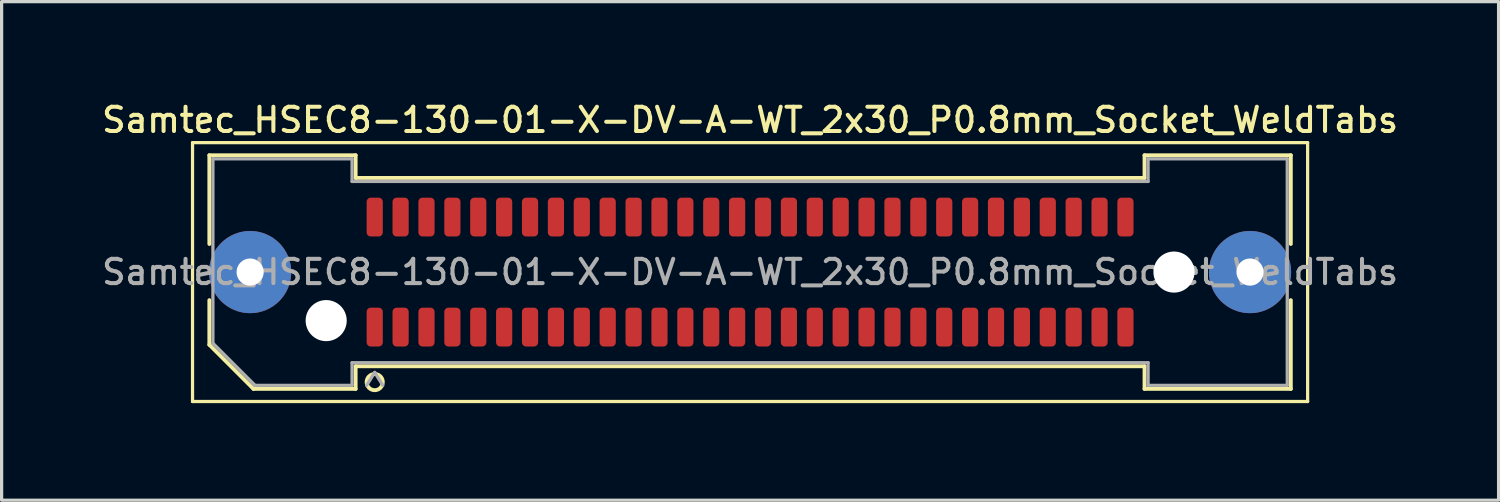
<source format=kicad_pcb>
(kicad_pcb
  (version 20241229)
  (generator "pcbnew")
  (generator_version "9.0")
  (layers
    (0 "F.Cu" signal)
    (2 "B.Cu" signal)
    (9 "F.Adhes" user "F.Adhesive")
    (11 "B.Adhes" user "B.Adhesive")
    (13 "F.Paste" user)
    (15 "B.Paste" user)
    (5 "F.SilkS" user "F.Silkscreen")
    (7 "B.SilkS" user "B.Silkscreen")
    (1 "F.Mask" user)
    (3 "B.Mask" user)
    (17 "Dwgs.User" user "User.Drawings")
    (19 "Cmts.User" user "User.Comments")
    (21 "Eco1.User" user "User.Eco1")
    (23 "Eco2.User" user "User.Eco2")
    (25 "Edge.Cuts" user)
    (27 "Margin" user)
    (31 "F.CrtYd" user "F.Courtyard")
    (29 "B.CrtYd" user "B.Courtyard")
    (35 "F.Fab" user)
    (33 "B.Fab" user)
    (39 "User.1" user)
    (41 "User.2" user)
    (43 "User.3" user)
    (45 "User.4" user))
  (footprint "Samtec_HSEC8-130-01-X-DV-A-WT_2x30_P0.8mm_Socket_WeldTabs"
    (layer "F.Cu")
    (at 20.13 5.358)
    (property "Reference" "Samtec_HSEC8-130-01-X-DV-A-WT_2x30_P0.8mm_Socket_WeldTabs" (at 0 -4.7 0) (layer "F.SilkS") (effects (font (size 0.75 0.75) (thickness 0.125))))
    (attr smd)
    (fp_line (start -17.23 -4) (end -17.23 4) (stroke (width 0.1) (type solid)) (layer "F.SilkS"))
    (fp_line (start -17.23 4) (end 17.23 4) (stroke (width 0.1) (type solid)) (layer "F.SilkS"))
    (fp_line (start -16.71 -3.61) (end -12.19 -3.61) (stroke (width 0.12) (type solid)) (layer "F.SilkS"))
    (fp_line (start -16.71 -0.868) (end -16.71 -3.61) (stroke (width 0.12) (type solid)) (layer "F.SilkS"))
    (fp_line (start -16.71 2.246) (end -16.71 0.868) (stroke (width 0.12) (type solid)) (layer "F.SilkS"))
    (fp_line (start -15.346 3.61) (end -16.71 2.246) (stroke (width 0.12) (type solid)) (layer "F.SilkS"))
    (fp_line (start -12.19 -3.61) (end -12.19 -2.91) (stroke (width 0.12) (type solid)) (layer "F.SilkS"))
    (fp_line (start -12.19 -2.91) (end 12.19 -2.91) (stroke (width 0.12) (type solid)) (layer "F.SilkS"))
    (fp_line (start -12.19 2.91) (end -12.19 3.61) (stroke (width 0.12) (type solid)) (layer "F.SilkS"))
    (fp_line (start -12.19 3.61) (end -15.346 3.61) (stroke (width 0.12) (type solid)) (layer "F.SilkS"))
    (fp_line (start 12.19 -3.61) (end 16.71 -3.61) (stroke (width 0.12) (type solid)) (layer "F.SilkS"))
    (fp_line (start 12.19 -2.91) (end 12.19 -3.61) (stroke (width 0.12) (type solid)) (layer "F.SilkS"))
    (fp_line (start 12.19 2.91) (end -12.19 2.91) (stroke (width 0.12) (type solid)) (layer "F.SilkS"))
    (fp_line (start 12.19 3.61) (end 12.19 2.91) (stroke (width 0.12) (type solid)) (layer "F.SilkS"))
    (fp_line (start 16.71 -3.61) (end 16.71 -0.868) (stroke (width 0.12) (type solid)) (layer "F.SilkS"))
    (fp_line (start 16.71 0.868) (end 16.71 3.61) (stroke (width 0.12) (type solid)) (layer "F.SilkS"))
    (fp_line (start 16.71 3.61) (end 12.19 3.61) (stroke (width 0.12) (type solid)) (layer "F.SilkS"))
    (fp_line (start 17.23 -4) (end -17.23 -4) (stroke (width 0.1) (type solid)) (layer "F.SilkS"))
    (fp_line (start 17.23 4) (end 17.23 -4) (stroke (width 0.1) (type solid)) (layer "F.SilkS"))
    (fp_arc (start -11.35 3.4) (mid -11.85 3.4) (end -11.35 3.4) (stroke (width 0.12) (type solid)) (layer "F.SilkS"))
    (fp_line (start -16.6 -3.5) (end -12.3 -3.5) (stroke (width 0.1) (type solid)) (layer "F.Fab"))
    (fp_line (start -16.6 2.2) (end -16.6 -3.5) (stroke (width 0.1) (type solid)) (layer "F.Fab"))
    (fp_line (start -15.3 3.5) (end -16.6 2.2) (stroke (width 0.1) (type solid)) (layer "F.Fab"))
    (fp_line (start -12.3 -3.5) (end -12.3 -2.8) (stroke (width 0.1) (type solid)) (layer "F.Fab"))
    (fp_line (start -12.3 -2.8) (end 12.3 -2.8) (stroke (width 0.1) (type solid)) (layer "F.Fab"))
    (fp_line (start -12.3 2.8) (end -12.3 3.5) (stroke (width 0.1) (type solid)) (layer "F.Fab"))
    (fp_line (start -12.3 3.5) (end -15.3 3.5) (stroke (width 0.1) (type solid)) (layer "F.Fab"))
    (fp_line (start -11.6 3.1) (end -11.85 3.5) (stroke (width 0.1) (type solid)) (layer "F.Fab"))
    (fp_line (start -11.6 3.1) (end -11.35 3.5) (stroke (width 0.1) (type solid)) (layer "F.Fab"))
    (fp_line (start 12.3 -3.5) (end 16.6 -3.5) (stroke (width 0.1) (type solid)) (layer "F.Fab"))
    (fp_line (start 12.3 -2.8) (end 12.3 -3.5) (stroke (width 0.1) (type solid)) (layer "F.Fab"))
    (fp_line (start 12.3 2.8) (end -12.3 2.8) (stroke (width 0.1) (type solid)) (layer "F.Fab"))
    (fp_line (start 12.3 3.5) (end 12.3 2.8) (stroke (width 0.1) (type solid)) (layer "F.Fab"))
    (fp_line (start 16.6 -3.5) (end 16.6 3.5) (stroke (width 0.1) (type solid)) (layer "F.Fab"))
    (fp_line (start 16.6 3.5) (end 12.3 3.5) (stroke (width 0.1) (type solid)) (layer "F.Fab"))
    (fp_text user "${REFERENCE}" (at 0 0 0) (layer "F.Fab") (effects (font (size 0.75 0.75) (thickness 0.125))))
    (pad "" thru_hole circle (at -15.45 0) (size 2.54 2.54) (drill 0.84) (layers "*.Cu" "*.Mask" "F.Paste"))
    (pad "" np_thru_hole circle (at -13.1 1.5) (size 1.27 1.27) (drill 1.27) (layers "*.Cu" "*.Mask"))
    (pad "" np_thru_hole circle (at 13.1 0) (size 1.27 1.27) (drill 1.27) (layers "*.Cu" "*.Mask"))
    (pad "" thru_hole circle (at 15.45 0) (size 2.54 2.54) (drill 0.84) (layers "*.Cu" "*.Mask" "F.Paste"))
    (pad "1" smd roundrect (at -11.6 1.7) (size 0.5 1.2) (layers "F.Cu" "F.Mask" "F.Paste") (roundrect_rratio 0.25))
    (pad "2" smd roundrect (at -11.6 -1.7) (size 0.5 1.2) (layers "F.Cu" "F.Mask" "F.Paste") (roundrect_rratio 0.25))
    (pad "3" smd roundrect (at -10.8 1.7) (size 0.5 1.2) (layers "F.Cu" "F.Mask" "F.Paste") (roundrect_rratio 0.25))
    (pad "4" smd roundrect (at -10.8 -1.7) (size 0.5 1.2) (layers "F.Cu" "F.Mask" "F.Paste") (roundrect_rratio 0.25))
    (pad "5" smd roundrect (at -10 1.7) (size 0.5 1.2) (layers "F.Cu" "F.Mask" "F.Paste") (roundrect_rratio 0.25))
    (pad "6" smd roundrect (at -10 -1.7) (size 0.5 1.2) (layers "F.Cu" "F.Mask" "F.Paste") (roundrect_rratio 0.25))
    (pad "7" smd roundrect (at -9.2 1.7) (size 0.5 1.2) (layers "F.Cu" "F.Mask" "F.Paste") (roundrect_rratio 0.25))
    (pad "8" smd roundrect (at -9.2 -1.7) (size 0.5 1.2) (layers "F.Cu" "F.Mask" "F.Paste") (roundrect_rratio 0.25))
    (pad "9" smd roundrect (at -8.4 1.7) (size 0.5 1.2) (layers "F.Cu" "F.Mask" "F.Paste") (roundrect_rratio 0.25))
    (pad "10" smd roundrect (at -8.4 -1.7) (size 0.5 1.2) (layers "F.Cu" "F.Mask" "F.Paste") (roundrect_rratio 0.25))
    (pad "11" smd roundrect (at -7.6 1.7) (size 0.5 1.2) (layers "F.Cu" "F.Mask" "F.Paste") (roundrect_rratio 0.25))
    (pad "12" smd roundrect (at -7.6 -1.7) (size 0.5 1.2) (layers "F.Cu" "F.Mask" "F.Paste") (roundrect_rratio 0.25))
    (pad "13" smd roundrect (at -6.8 1.7) (size 0.5 1.2) (layers "F.Cu" "F.Mask" "F.Paste") (roundrect_rratio 0.25))
    (pad "14" smd roundrect (at -6.8 -1.7) (size 0.5 1.2) (layers "F.Cu" "F.Mask" "F.Paste") (roundrect_rratio 0.25))
    (pad "15" smd roundrect (at -6 1.7) (size 0.5 1.2) (layers "F.Cu" "F.Mask" "F.Paste") (roundrect_rratio 0.25))
    (pad "16" smd roundrect (at -6 -1.7) (size 0.5 1.2) (layers "F.Cu" "F.Mask" "F.Paste") (roundrect_rratio 0.25))
    (pad "17" smd roundrect (at -5.2 1.7) (size 0.5 1.2) (layers "F.Cu" "F.Mask" "F.Paste") (roundrect_rratio 0.25))
    (pad "18" smd roundrect (at -5.2 -1.7) (size 0.5 1.2) (layers "F.Cu" "F.Mask" "F.Paste") (roundrect_rratio 0.25))
    (pad "19" smd roundrect (at -4.4 1.7) (size 0.5 1.2) (layers "F.Cu" "F.Mask" "F.Paste") (roundrect_rratio 0.25))
    (pad "20" smd roundrect (at -4.4 -1.7) (size 0.5 1.2) (layers "F.Cu" "F.Mask" "F.Paste") (roundrect_rratio 0.25))
    (pad "21" smd roundrect (at -3.6 1.7) (size 0.5 1.2) (layers "F.Cu" "F.Mask" "F.Paste") (roundrect_rratio 0.25))
    (pad "22" smd roundrect (at -3.6 -1.7) (size 0.5 1.2) (layers "F.Cu" "F.Mask" "F.Paste") (roundrect_rratio 0.25))
    (pad "23" smd roundrect (at -2.8 1.7) (size 0.5 1.2) (layers "F.Cu" "F.Mask" "F.Paste") (roundrect_rratio 0.25))
    (pad "24" smd roundrect (at -2.8 -1.7) (size 0.5 1.2) (layers "F.Cu" "F.Mask" "F.Paste") (roundrect_rratio 0.25))
    (pad "25" smd roundrect (at -2 1.7) (size 0.5 1.2) (layers "F.Cu" "F.Mask" "F.Paste") (roundrect_rratio 0.25))
    (pad "26" smd roundrect (at -2 -1.7) (size 0.5 1.2) (layers "F.Cu" "F.Mask" "F.Paste") (roundrect_rratio 0.25))
    (pad "27" smd roundrect (at -1.2 1.7) (size 0.5 1.2) (layers "F.Cu" "F.Mask" "F.Paste") (roundrect_rratio 0.25))
    (pad "28" smd roundrect (at -1.2 -1.7) (size 0.5 1.2) (layers "F.Cu" "F.Mask" "F.Paste") (roundrect_rratio 0.25))
    (pad "29" smd roundrect (at -0.4 1.7) (size 0.5 1.2) (layers "F.Cu" "F.Mask" "F.Paste") (roundrect_rratio 0.25))
    (pad "30" smd roundrect (at -0.4 -1.7) (size 0.5 1.2) (layers "F.Cu" "F.Mask" "F.Paste") (roundrect_rratio 0.25))
    (pad "31" smd roundrect (at 0.4 1.7) (size 0.5 1.2) (layers "F.Cu" "F.Mask" "F.Paste") (roundrect_rratio 0.25))
    (pad "32" smd roundrect (at 0.4 -1.7) (size 0.5 1.2) (layers "F.Cu" "F.Mask" "F.Paste") (roundrect_rratio 0.25))
    (pad "33" smd roundrect (at 1.2 1.7) (size 0.5 1.2) (layers "F.Cu" "F.Mask" "F.Paste") (roundrect_rratio 0.25))
    (pad "34" smd roundrect (at 1.2 -1.7) (size 0.5 1.2) (layers "F.Cu" "F.Mask" "F.Paste") (roundrect_rratio 0.25))
    (pad "35" smd roundrect (at 2 1.7) (size 0.5 1.2) (layers "F.Cu" "F.Mask" "F.Paste") (roundrect_rratio 0.25))
    (pad "36" smd roundrect (at 2 -1.7) (size 0.5 1.2) (layers "F.Cu" "F.Mask" "F.Paste") (roundrect_rratio 0.25))
    (pad "37" smd roundrect (at 2.8 1.7) (size 0.5 1.2) (layers "F.Cu" "F.Mask" "F.Paste") (roundrect_rratio 0.25))
    (pad "38" smd roundrect (at 2.8 -1.7) (size 0.5 1.2) (layers "F.Cu" "F.Mask" "F.Paste") (roundrect_rratio 0.25))
    (pad "39" smd roundrect (at 3.6 1.7) (size 0.5 1.2) (layers "F.Cu" "F.Mask" "F.Paste") (roundrect_rratio 0.25))
    (pad "40" smd roundrect (at 3.6 -1.7) (size 0.5 1.2) (layers "F.Cu" "F.Mask" "F.Paste") (roundrect_rratio 0.25))
    (pad "41" smd roundrect (at 4.4 1.7) (size 0.5 1.2) (layers "F.Cu" "F.Mask" "F.Paste") (roundrect_rratio 0.25))
    (pad "42" smd roundrect (at 4.4 -1.7) (size 0.5 1.2) (layers "F.Cu" "F.Mask" "F.Paste") (roundrect_rratio 0.25))
    (pad "43" smd roundrect (at 5.2 1.7) (size 0.5 1.2) (layers "F.Cu" "F.Mask" "F.Paste") (roundrect_rratio 0.25))
    (pad "44" smd roundrect (at 5.2 -1.7) (size 0.5 1.2) (layers "F.Cu" "F.Mask" "F.Paste") (roundrect_rratio 0.25))
    (pad "45" smd roundrect (at 6 1.7) (size 0.5 1.2) (layers "F.Cu" "F.Mask" "F.Paste") (roundrect_rratio 0.25))
    (pad "46" smd roundrect (at 6 -1.7) (size 0.5 1.2) (layers "F.Cu" "F.Mask" "F.Paste") (roundrect_rratio 0.25))
    (pad "47" smd roundrect (at 6.8 1.7) (size 0.5 1.2) (layers "F.Cu" "F.Mask" "F.Paste") (roundrect_rratio 0.25))
    (pad "48" smd roundrect (at 6.8 -1.7) (size 0.5 1.2) (layers "F.Cu" "F.Mask" "F.Paste") (roundrect_rratio 0.25))
    (pad "49" smd roundrect (at 7.6 1.7) (size 0.5 1.2) (layers "F.Cu" "F.Mask" "F.Paste") (roundrect_rratio 0.25))
    (pad "50" smd roundrect (at 7.6 -1.7) (size 0.5 1.2) (layers "F.Cu" "F.Mask" "F.Paste") (roundrect_rratio 0.25))
    (pad "51" smd roundrect (at 8.4 1.7) (size 0.5 1.2) (layers "F.Cu" "F.Mask" "F.Paste") (roundrect_rratio 0.25))
    (pad "52" smd roundrect (at 8.4 -1.7) (size 0.5 1.2) (layers "F.Cu" "F.Mask" "F.Paste") (roundrect_rratio 0.25))
    (pad "53" smd roundrect (at 9.2 1.7) (size 0.5 1.2) (layers "F.Cu" "F.Mask" "F.Paste") (roundrect_rratio 0.25))
    (pad "54" smd roundrect (at 9.2 -1.7) (size 0.5 1.2) (layers "F.Cu" "F.Mask" "F.Paste") (roundrect_rratio 0.25))
    (pad "55" smd roundrect (at 10 1.7) (size 0.5 1.2) (layers "F.Cu" "F.Mask" "F.Paste") (roundrect_rratio 0.25))
    (pad "56" smd roundrect (at 10 -1.7) (size 0.5 1.2) (layers "F.Cu" "F.Mask" "F.Paste") (roundrect_rratio 0.25))
    (pad "57" smd roundrect (at 10.8 1.7) (size 0.5 1.2) (layers "F.Cu" "F.Mask" "F.Paste") (roundrect_rratio 0.25))
    (pad "58" smd roundrect (at 10.8 -1.7) (size 0.5 1.2) (layers "F.Cu" "F.Mask" "F.Paste") (roundrect_rratio 0.25))
    (pad "59" smd roundrect (at 11.6 1.7) (size 0.5 1.2) (layers "F.Cu" "F.Mask" "F.Paste") (roundrect_rratio 0.25))
    (pad "60" smd roundrect (at 11.6 -1.7) (size 0.5 1.2) (layers "F.Cu" "F.Mask" "F.Paste") (roundrect_rratio 0.25)))
  (gr_rect
    (start -3 -3)
    (end 43.261 12.408)
    (stroke (width 0.1) (type default))
    (fill no)
    (layer "Edge.Cuts")))
</source>
